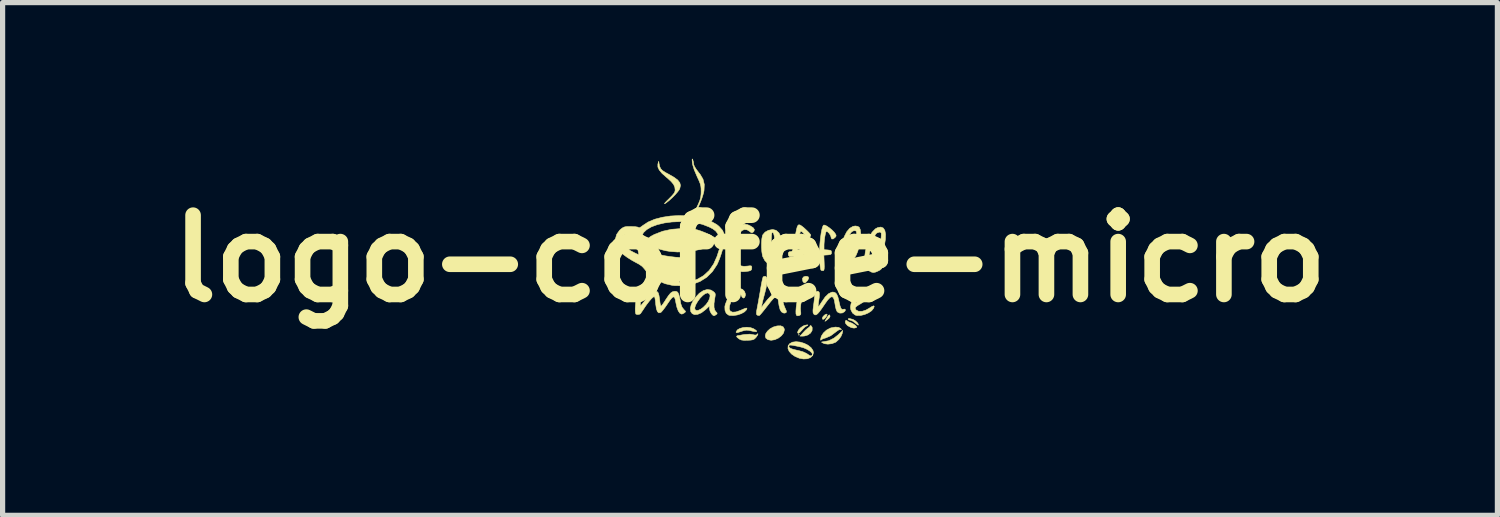
<source format=kicad_pcb>
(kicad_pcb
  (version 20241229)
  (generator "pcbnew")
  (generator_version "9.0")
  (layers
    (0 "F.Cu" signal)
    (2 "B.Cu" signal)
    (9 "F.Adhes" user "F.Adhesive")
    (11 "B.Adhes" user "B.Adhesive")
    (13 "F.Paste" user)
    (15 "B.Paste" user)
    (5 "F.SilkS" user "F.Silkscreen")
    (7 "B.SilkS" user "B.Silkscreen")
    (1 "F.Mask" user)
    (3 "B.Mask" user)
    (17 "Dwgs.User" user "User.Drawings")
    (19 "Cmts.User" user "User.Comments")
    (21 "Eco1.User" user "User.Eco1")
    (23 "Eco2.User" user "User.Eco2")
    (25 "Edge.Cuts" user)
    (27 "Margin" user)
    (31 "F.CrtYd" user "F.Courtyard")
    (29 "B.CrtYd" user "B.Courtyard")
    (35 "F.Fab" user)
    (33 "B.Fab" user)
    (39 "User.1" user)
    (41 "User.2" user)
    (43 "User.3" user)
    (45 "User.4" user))
  (footprint "logo-coffee-micro"
    (layer "F.Cu")
    (at 11.365 1.92)
    (property "Reference" "logo-coffee-micro" (at 0 0 0) (layer "F.SilkS") (effects (font (size 1.524 1.524) (thickness 0.3))))
    (attr exclude_from_pos_files exclude_from_bom allow_missing_courtyard)
    (fp_poly (pts (xy 0.948 1.465) (xy 0.94 1.473) (xy 0.931 1.465) (xy 0.94 1.456) (xy 0.948 1.465)) (stroke (width 0.01) (type solid)) (fill yes) (layer "F.SilkS"))
    (fp_poly (pts (xy 1.532 1.085) (xy 1.538 1.112) (xy 1.518 1.147) (xy 1.477 1.181) (xy 1.44 1.206) (xy 1.478 1.137) (xy 1.506 1.094) (xy 1.527 1.082) (xy 1.532 1.085)) (stroke (width 0.01) (type solid)) (fill yes) (layer "F.SilkS"))
    (fp_poly (pts (xy 1.483 1.074) (xy 1.474 1.099) (xy 1.471 1.105) (xy 1.444 1.143) (xy 1.417 1.165) (xy 1.396 1.166) (xy 1.389 1.146) (xy 1.402 1.116) (xy 1.432 1.085) (xy 1.464 1.068) (xy 1.471 1.067) (xy 1.483 1.074)) (stroke (width 0.01) (type solid)) (fill yes) (layer "F.SilkS"))
    (fp_poly (pts (xy 1.116 0.348) (xy 1.128 0.374) (xy 1.11 0.415) (xy 1.106 0.42) (xy 1.07 0.459) (xy 1.042 0.468) (xy 1.02 0.446) (xy 1.014 0.434) (xy 1.006 0.386) (xy 1.027 0.353) (xy 1.073 0.339) (xy 1.076 0.339) (xy 1.116 0.348)) (stroke (width 0.01) (type solid)) (fill yes) (layer "F.SilkS"))
    (fp_poly (pts (xy 1.112 1.275) (xy 1.105 1.286) (xy 1.088 1.294) (xy 1.058 1.313) (xy 1.02 1.349) (xy 1.001 1.372) (xy 0.958 1.419) (xy 0.929 1.438) (xy 0.916 1.428) (xy 0.914 1.416) (xy 0.929 1.377) (xy 0.965 1.335) (xy 1.013 1.3) (xy 1.043 1.286) (xy 1.084 1.276) (xy 1.109 1.274) (xy 1.112 1.275)) (stroke (width 0.01) (type solid)) (fill yes) (layer "F.SilkS"))
    (fp_poly (pts (xy 1.176 1.293) (xy 1.191 1.317) (xy 1.195 1.328) (xy 1.193 1.382) (xy 1.163 1.431) (xy 1.112 1.468) (xy 1.045 1.488) (xy 1.015 1.49) (xy 0.961 1.49) (xy 1.025 1.418) (xy 1.066 1.375) (xy 1.103 1.343) (xy 1.12 1.331) (xy 1.146 1.312) (xy 1.151 1.301) (xy 1.159 1.286) (xy 1.176 1.293)) (stroke (width 0.01) (type solid)) (fill yes) (layer "F.SilkS"))
    (fp_poly (pts (xy 1.961 1.165) (xy 1.989 1.175) (xy 2.027 1.198) (xy 2.06 1.229) (xy 2.08 1.259) (xy 2.08 1.279) (xy 2.065 1.272) (xy 2.035 1.248) (xy 2.019 1.235) (xy 1.977 1.204) (xy 1.94 1.187) (xy 1.931 1.185) (xy 1.899 1.177) (xy 1.888 1.168) (xy 1.89 1.154) (xy 1.916 1.153) (xy 1.961 1.165)) (stroke (width 0.01) (type solid)) (fill yes) (layer "F.SilkS"))
    (fp_poly (pts (xy 1.772 1.439) (xy 1.748 1.496) (xy 1.705 1.555) (xy 1.653 1.602) (xy 1.64 1.61) (xy 1.572 1.635) (xy 1.497 1.644) (xy 1.433 1.636) (xy 1.425 1.633) (xy 1.384 1.614) (xy 1.375 1.604) (xy 1.395 1.599) (xy 1.41 1.598) (xy 1.516 1.578) (xy 1.614 1.528) (xy 1.69 1.468) (xy 1.783 1.38) (xy 1.772 1.439)) (stroke (width 0.01) (type solid)) (fill yes) (layer "F.SilkS"))
    (fp_poly (pts (xy 1.87 1.2) (xy 1.892 1.215) (xy 1.925 1.227) (xy 1.97 1.246) (xy 2.016 1.277) (xy 2.018 1.278) (xy 2.046 1.305) (xy 2.05 1.321) (xy 2.038 1.328) (xy 1.999 1.336) (xy 1.956 1.328) (xy 1.931 1.319) (xy 1.873 1.287) (xy 1.838 1.247) (xy 1.829 1.217) (xy 1.838 1.19) (xy 1.858 1.188) (xy 1.87 1.2)) (stroke (width 0.01) (type solid)) (fill yes) (layer "F.SilkS"))
    (fp_poly (pts (xy 0.637 1.312) (xy 0.659 1.353) (xy 0.66 1.37) (xy 0.645 1.429) (xy 0.603 1.483) (xy 0.544 1.528) (xy 0.475 1.559) (xy 0.405 1.57) (xy 0.344 1.558) (xy 0.305 1.529) (xy 0.293 1.488) (xy 0.303 1.442) (xy 0.335 1.395) (xy 0.383 1.351) (xy 0.445 1.316) (xy 0.517 1.295) (xy 0.519 1.294) (xy 0.59 1.292) (xy 0.637 1.312)) (stroke (width 0.01) (type solid)) (fill yes) (layer "F.SilkS"))
    (fp_poly (pts (xy 0.007 1.326) (xy 0.067 1.347) (xy 0.07 1.349) (xy 0.116 1.379) (xy 0.13 1.398) (xy 0.113 1.405) (xy 0.065 1.399) (xy 0.034 1.392) (xy -0.025 1.379) (xy -0.07 1.376) (xy -0.114 1.383) (xy -0.17 1.4) (xy -0.226 1.418) (xy -0.256 1.424) (xy -0.267 1.418) (xy -0.267 1.408) (xy -0.244 1.371) (xy -0.197 1.343) (xy -0.133 1.325) (xy -0.063 1.319) (xy 0.007 1.326)) (stroke (width 0.01) (type solid)) (fill yes) (layer "F.SilkS"))
    (fp_poly (pts (xy 1.704 1.322) (xy 1.746 1.348) (xy 1.757 1.365) (xy 1.741 1.363) (xy 1.74 1.362) (xy 1.71 1.367) (xy 1.666 1.396) (xy 1.648 1.41) (xy 1.549 1.484) (xy 1.448 1.527) (xy 1.431 1.531) (xy 1.391 1.546) (xy 1.368 1.563) (xy 1.357 1.569) (xy 1.355 1.553) (xy 1.37 1.492) (xy 1.41 1.43) (xy 1.468 1.376) (xy 1.538 1.338) (xy 1.558 1.331) (xy 1.639 1.316) (xy 1.704 1.322)) (stroke (width 0.01) (type solid)) (fill yes) (layer "F.SilkS"))
    (fp_poly (pts (xy 1.018 0.622) (xy 1.021 0.663) (xy 1.009 0.733) (xy 0.998 0.779) (xy 0.976 0.88) (xy 0.969 0.96) (xy 0.972 1) (xy 0.977 1.051) (xy 0.971 1.078) (xy 0.956 1.09) (xy 0.917 1.1) (xy 0.893 1.091) (xy 0.892 1.089) (xy 0.883 1.061) (xy 0.882 1.008) (xy 0.887 0.939) (xy 0.898 0.861) (xy 0.912 0.782) (xy 0.929 0.711) (xy 0.947 0.655) (xy 0.965 0.623) (xy 0.969 0.62) (xy 1.001 0.608) (xy 1.018 0.622)) (stroke (width 0.01) (type solid)) (fill yes) (layer "F.SilkS"))
    (fp_poly (pts (xy 0.152 1.451) (xy 0.142 1.476) (xy 0.117 1.512) (xy 0.112 1.518) (xy 0.086 1.544) (xy 0.057 1.559) (xy 0.013 1.567) (xy -0.045 1.57) (xy -0.118 1.571) (xy -0.169 1.564) (xy -0.207 1.546) (xy -0.207 1.546) (xy -0.248 1.514) (xy -0.259 1.492) (xy -0.239 1.48) (xy -0.231 1.479) (xy -0.193 1.474) (xy -0.139 1.464) (xy -0.11 1.459) (xy -0.004 1.452) (xy 0.048 1.46) (xy 0.097 1.47) (xy 0.124 1.466) (xy 0.137 1.454) (xy 0.15 1.442) (xy 0.152 1.451)) (stroke (width 0.01) (type solid)) (fill yes) (layer "F.SilkS"))
    (fp_poly (pts (xy -1.193 -0.577) (xy -1.124 -0.573) (xy -1.066 -0.565) (xy -1.007 -0.55) (xy -0.942 -0.529) (xy -0.87 -0.501) (xy -0.796 -0.468) (xy -0.729 -0.433) (xy -0.673 -0.4) (xy -0.637 -0.373) (xy -0.627 -0.357) (xy -0.641 -0.331) (xy -0.679 -0.298) (xy -0.735 -0.262) (xy -0.796 -0.23) (xy -0.922 -0.185) (xy -1.07 -0.152) (xy -1.231 -0.132) (xy -1.394 -0.127) (xy -1.532 -0.137) (xy -1.62 -0.151) (xy -1.712 -0.174) (xy -1.801 -0.201) (xy -1.882 -0.232) (xy -1.949 -0.264) (xy -1.995 -0.294) (xy -2.015 -0.32) (xy -2.015 -0.323) (xy -2.001 -0.351) (xy -1.962 -0.387) (xy -1.907 -0.427) (xy -1.841 -0.463) (xy -1.834 -0.466) (xy -1.678 -0.526) (xy -1.509 -0.563) (xy -1.321 -0.577) (xy -1.284 -0.578) (xy -1.193 -0.577)) (stroke (width 0.01) (type solid)) (fill yes) (layer "F.SilkS"))
    (fp_poly (pts (xy -1.749 -1.829) (xy -1.737 -1.773) (xy -1.718 -1.73) (xy -1.685 -1.694) (xy -1.631 -1.658) (xy -1.557 -1.618) (xy -1.458 -1.561) (xy -1.39 -1.51) (xy -1.35 -1.459) (xy -1.337 -1.407) (xy -1.349 -1.35) (xy -1.361 -1.324) (xy -1.39 -1.284) (xy -1.437 -1.23) (xy -1.494 -1.172) (xy -1.554 -1.117) (xy -1.609 -1.074) (xy -1.628 -1.061) (xy -1.645 -1.054) (xy -1.637 -1.068) (xy -1.604 -1.104) (xy -1.562 -1.145) (xy -1.504 -1.204) (xy -1.467 -1.247) (xy -1.447 -1.279) (xy -1.44 -1.309) (xy -1.439 -1.319) (xy -1.446 -1.375) (xy -1.47 -1.427) (xy -1.515 -1.481) (xy -1.584 -1.545) (xy -1.609 -1.565) (xy -1.692 -1.639) (xy -1.745 -1.703) (xy -1.771 -1.76) (xy -1.771 -1.815) (xy -1.769 -1.823) (xy -1.755 -1.871) (xy -1.749 -1.829)) (stroke (width 0.01) (type solid)) (fill yes) (layer "F.SilkS"))
    (fp_poly (pts (xy -1.102 -1.905) (xy -1.089 -1.86) (xy -1.085 -1.828) (xy -1.08 -1.799) (xy -1.064 -1.764) (xy -1.034 -1.717) (xy -0.986 -1.653) (xy -0.958 -1.618) (xy -0.904 -1.527) (xy -0.879 -1.425) (xy -0.884 -1.31) (xy -0.89 -1.276) (xy -0.905 -1.222) (xy -0.926 -1.156) (xy -0.953 -1.087) (xy -0.981 -1.02) (xy -1.007 -0.965) (xy -1.028 -0.927) (xy -1.041 -0.914) (xy -1.05 -0.921) (xy -1.043 -0.938) (xy -1.026 -0.978) (xy -1.001 -1.032) (xy -0.995 -1.043) (xy -0.965 -1.116) (xy -0.948 -1.177) (xy -0.941 -1.244) (xy -0.94 -1.287) (xy -0.941 -1.346) (xy -0.946 -1.394) (xy -0.958 -1.441) (xy -0.98 -1.496) (xy -1.014 -1.57) (xy -1.021 -1.586) (xy -1.073 -1.708) (xy -1.103 -1.806) (xy -1.11 -1.848) (xy -1.113 -1.898) (xy -1.11 -1.915) (xy -1.102 -1.905)) (stroke (width 0.01) (type solid)) (fill yes) (layer "F.SilkS"))
    (fp_poly (pts (xy -0.144 0.591) (xy -0.107 0.629) (xy -0.089 0.679) (xy -0.088 0.702) (xy -0.102 0.745) (xy -0.125 0.759) (xy -0.151 0.742) (xy -0.166 0.712) (xy -0.187 0.675) (xy -0.212 0.66) (xy -0.245 0.674) (xy -0.286 0.71) (xy -0.327 0.76) (xy -0.36 0.816) (xy -0.362 0.819) (xy -0.393 0.904) (xy -0.399 0.969) (xy -0.379 1.011) (xy -0.335 1.03) (xy -0.269 1.025) (xy -0.182 0.995) (xy -0.172 0.99) (xy -0.11 0.963) (xy -0.073 0.951) (xy -0.059 0.955) (xy -0.064 0.974) (xy -0.068 0.984) (xy -0.107 1.024) (xy -0.168 1.058) (xy -0.243 1.083) (xy -0.32 1.095) (xy -0.389 1.092) (xy -0.416 1.084) (xy -0.458 1.05) (xy -0.481 0.994) (xy -0.484 0.924) (xy -0.476 0.884) (xy -0.446 0.806) (xy -0.399 0.73) (xy -0.341 0.663) (xy -0.28 0.611) (xy -0.22 0.581) (xy -0.189 0.576) (xy -0.144 0.591)) (stroke (width 0.01) (type solid)) (fill yes) (layer "F.SilkS"))
    (fp_poly (pts (xy 0.963 1.605) (xy 1.042 1.629) (xy 1.114 1.665) (xy 1.172 1.711) (xy 1.209 1.764) (xy 1.219 1.808) (xy 1.204 1.862) (xy 1.163 1.902) (xy 1.102 1.925) (xy 1.027 1.929) (xy 0.948 1.915) (xy 0.865 1.88) (xy 0.798 1.834) (xy 0.752 1.782) (xy 0.729 1.728) (xy 0.732 1.682) (xy 0.745 1.682) (xy 0.752 1.705) (xy 0.776 1.724) (xy 0.823 1.742) (xy 0.896 1.76) (xy 0.927 1.766) (xy 1.017 1.791) (xy 1.086 1.823) (xy 1.104 1.835) (xy 1.152 1.867) (xy 1.182 1.87) (xy 1.198 1.847) (xy 1.199 1.843) (xy 1.189 1.813) (xy 1.153 1.779) (xy 1.099 1.745) (xy 1.034 1.716) (xy 0.976 1.699) (xy 0.883 1.679) (xy 0.818 1.666) (xy 0.777 1.662) (xy 0.754 1.665) (xy 0.746 1.676) (xy 0.745 1.682) (xy 0.732 1.682) (xy 0.732 1.677) (xy 0.76 1.636) (xy 0.815 1.606) (xy 0.885 1.597) (xy 0.963 1.605)) (stroke (width 0.01) (type solid)) (fill yes) (layer "F.SilkS"))
    (fp_poly (pts (xy -0.044 -0.651) (xy 0.001 -0.631) (xy 0.059 -0.595) (xy 0.084 -0.559) (xy 0.075 -0.525) (xy 0.059 -0.508) (xy 0.036 -0.496) (xy 0.01 -0.508) (xy -0.006 -0.522) (xy -0.057 -0.553) (xy -0.112 -0.558) (xy -0.159 -0.536) (xy -0.176 -0.517) (xy -0.208 -0.447) (xy -0.233 -0.352) (xy -0.249 -0.239) (xy -0.254 -0.123) (xy -0.25 -0.016) (xy -0.237 0.061) (xy -0.213 0.112) (xy -0.173 0.14) (xy -0.117 0.149) (xy -0.05 0.144) (xy -0.000264 0.138) (xy 0.024 0.141) (xy 0.033 0.155) (xy 0.034 0.175) (xy 0.03 0.207) (xy 0.015 0.227) (xy -0.019 0.239) (xy -0.079 0.248) (xy -0.091 0.249) (xy -0.146 0.252) (xy -0.183 0.246) (xy -0.217 0.225) (xy -0.242 0.204) (xy -0.281 0.165) (xy -0.309 0.122) (xy -0.326 0.069) (xy -0.335 -0.000217) (xy -0.337 -0.091) (xy -0.334 -0.185) (xy -0.325 -0.317) (xy -0.31 -0.421) (xy -0.287 -0.501) (xy -0.255 -0.564) (xy -0.219 -0.608) (xy -0.165 -0.65) (xy -0.109 -0.664) (xy -0.044 -0.651)) (stroke (width 0.01) (type solid)) (fill yes) (layer "F.SilkS"))
    (fp_poly (pts (xy -0.753 0.604) (xy -0.707 0.632) (xy -0.68 0.656) (xy -0.668 0.679) (xy -0.669 0.713) (xy -0.677 0.761) (xy -0.692 0.862) (xy -0.692 0.937) (xy -0.678 0.99) (xy -0.658 1.019) (xy -0.634 1.045) (xy -0.633 1.061) (xy -0.653 1.078) (xy -0.684 1.097) (xy -0.708 1.094) (xy -0.736 1.066) (xy -0.744 1.056) (xy -0.769 1.009) (xy -0.779 0.961) (xy -0.779 0.91) (xy -0.853 0.979) (xy -0.934 1.041) (xy -1.006 1.072) (xy -1.066 1.077) (xy -1.111 1.058) (xy -1.139 1.019) (xy -1.147 0.961) (xy -1.142 0.938) (xy -1.061 0.938) (xy -1.06 0.975) (xy -1.037 0.996) (xy -0.996 0.995) (xy -0.944 0.97) (xy -0.9 0.938) (xy -0.843 0.881) (xy -0.801 0.821) (xy -0.776 0.763) (xy -0.767 0.714) (xy -0.779 0.678) (xy -0.81 0.661) (xy -0.822 0.66) (xy -0.863 0.674) (xy -0.911 0.711) (xy -0.961 0.763) (xy -1.006 0.823) (xy -1.041 0.884) (xy -1.061 0.938) (xy -1.142 0.938) (xy -1.132 0.89) (xy -1.092 0.807) (xy -1.051 0.748) (xy -0.974 0.666) (xy -0.897 0.615) (xy -0.823 0.594) (xy -0.753 0.604)) (stroke (width 0.01) (type solid)) (fill yes) (layer "F.SilkS"))
    (fp_poly (pts (xy 2.271 0.582) (xy 2.31 0.602) (xy 2.332 0.644) (xy 2.323 0.694) (xy 2.285 0.75) (xy 2.219 0.808) (xy 2.127 0.867) (xy 2.065 0.904) (xy 2.03 0.932) (xy 2.021 0.955) (xy 2.032 0.979) (xy 2.041 0.989) (xy 2.089 1.014) (xy 2.153 1.014) (xy 2.227 0.99) (xy 2.287 0.956) (xy 2.343 0.921) (xy 2.376 0.908) (xy 2.387 0.916) (xy 2.378 0.947) (xy 2.374 0.955) (xy 2.337 1.002) (xy 2.276 1.043) (xy 2.202 1.075) (xy 2.125 1.093) (xy 2.055 1.094) (xy 2.021 1.085) (xy 1.97 1.046) (xy 1.938 0.985) (xy 1.93 0.931) (xy 1.942 0.864) (xy 1.953 0.838) (xy 2.032 0.838) (xy 2.044 0.84) (xy 2.074 0.826) (xy 2.115 0.801) (xy 2.158 0.77) (xy 2.195 0.74) (xy 2.212 0.722) (xy 2.239 0.68) (xy 2.241 0.653) (xy 2.22 0.644) (xy 2.183 0.655) (xy 2.134 0.688) (xy 2.096 0.727) (xy 2.061 0.774) (xy 2.037 0.817) (xy 2.032 0.838) (xy 1.953 0.838) (xy 1.974 0.788) (xy 2.018 0.713) (xy 2.069 0.652) (xy 2.085 0.639) (xy 2.148 0.6) (xy 2.213 0.581) (xy 2.271 0.582)) (stroke (width 0.01) (type solid)) (fill yes) (layer "F.SilkS"))
    (fp_poly (pts (xy 0.501 -0.543) (xy 0.555 -0.495) (xy 0.597 -0.415) (xy 0.627 -0.304) (xy 0.635 -0.259) (xy 0.637 -0.191) (xy 0.626 -0.114) (xy 0.605 -0.034) (xy 0.577 0.038) (xy 0.544 0.097) (xy 0.509 0.133) (xy 0.495 0.139) (xy 0.458 0.14) (xy 0.412 0.132) (xy 0.344 0.098) (xy 0.286 0.039) (xy 0.283 0.035) (xy 0.358 0.035) (xy 0.362 0.048) (xy 0.378 0.051) (xy 0.378 0.051) (xy 0.398 0.037) (xy 0.426 0.002) (xy 0.446 -0.031) (xy 0.465 -0.07) (xy 0.478 -0.103) (xy 0.484 -0.141) (xy 0.484 -0.192) (xy 0.481 -0.265) (xy 0.48 -0.289) (xy 0.472 -0.388) (xy 0.461 -0.455) (xy 0.448 -0.493) (xy 0.43 -0.502) (xy 0.422 -0.499) (xy 0.417 -0.479) (xy 0.412 -0.433) (xy 0.409 -0.368) (xy 0.409 -0.309) (xy 0.406 -0.19) (xy 0.396 -0.1) (xy 0.383 -0.051) (xy 0.364 0.004) (xy 0.358 0.035) (xy 0.283 0.035) (xy 0.246 -0.035) (xy 0.239 -0.057) (xy 0.227 -0.13) (xy 0.221 -0.215) (xy 0.221 -0.302) (xy 0.227 -0.381) (xy 0.239 -0.441) (xy 0.247 -0.459) (xy 0.289 -0.508) (xy 0.352 -0.543) (xy 0.426 -0.558) (xy 0.437 -0.559) (xy 0.501 -0.543)) (stroke (width 0.01) (type solid)) (fill yes) (layer "F.SilkS"))
    (fp_poly (pts (xy 1.323 0.639) (xy 1.333 0.658) (xy 1.335 0.692) (xy 1.33 0.749) (xy 1.324 0.79) (xy 1.315 0.852) (xy 1.31 0.9) (xy 1.31 0.925) (xy 1.31 0.926) (xy 1.322 0.917) (xy 1.345 0.884) (xy 1.376 0.836) (xy 1.379 0.832) (xy 1.445 0.737) (xy 1.509 0.675) (xy 1.57 0.646) (xy 1.593 0.643) (xy 1.633 0.652) (xy 1.664 0.681) (xy 1.688 0.734) (xy 1.709 0.817) (xy 1.711 0.83) (xy 1.729 0.907) (xy 1.747 0.955) (xy 1.768 0.976) (xy 1.791 0.974) (xy 1.824 0.971) (xy 1.835 0.989) (xy 1.819 1.018) (xy 1.775 1.045) (xy 1.726 1.048) (xy 1.682 1.027) (xy 1.67 1.012) (xy 1.654 0.974) (xy 1.64 0.917) (xy 1.634 0.877) (xy 1.62 0.797) (xy 1.6 0.748) (xy 1.574 0.732) (xy 1.539 0.747) (xy 1.494 0.794) (xy 1.443 0.865) (xy 1.381 0.956) (xy 1.334 1.02) (xy 1.298 1.061) (xy 1.27 1.08) (xy 1.248 1.082) (xy 1.227 1.068) (xy 1.221 1.06) (xy 1.211 1.035) (xy 1.21 0.989) (xy 1.218 0.921) (xy 1.228 0.848) (xy 1.236 0.776) (xy 1.24 0.73) (xy 1.251 0.673) (xy 1.272 0.637) (xy 1.3 0.626) (xy 1.323 0.639)) (stroke (width 0.01) (type solid)) (fill yes) (layer "F.SilkS"))
    (fp_poly (pts (xy 0.299 0.342) (xy 0.32 0.363) (xy 0.328 0.412) (xy 0.323 0.487) (xy 0.304 0.585) (xy 0.282 0.669) (xy 0.262 0.744) (xy 0.244 0.814) (xy 0.232 0.867) (xy 0.229 0.881) (xy 0.219 0.94) (xy 0.249 0.898) (xy 0.333 0.791) (xy 0.408 0.711) (xy 0.474 0.658) (xy 0.53 0.634) (xy 0.565 0.636) (xy 0.591 0.664) (xy 0.614 0.723) (xy 0.633 0.813) (xy 0.635 0.83) (xy 0.65 0.892) (xy 0.674 0.952) (xy 0.68 0.963) (xy 0.7 1.012) (xy 0.693 1.04) (xy 0.661 1.048) (xy 0.638 1.044) (xy 0.603 1.023) (xy 0.577 0.978) (xy 0.558 0.905) (xy 0.55 0.854) (xy 0.54 0.79) (xy 0.527 0.749) (xy 0.509 0.732) (xy 0.482 0.739) (xy 0.444 0.773) (xy 0.393 0.832) (xy 0.325 0.919) (xy 0.322 0.923) (xy 0.272 0.987) (xy 0.228 1.041) (xy 0.195 1.079) (xy 0.178 1.095) (xy 0.178 1.095) (xy 0.15 1.091) (xy 0.137 1.085) (xy 0.126 1.073) (xy 0.123 1.051) (xy 0.126 1.011) (xy 0.138 0.947) (xy 0.141 0.929) (xy 0.156 0.853) (xy 0.173 0.757) (xy 0.191 0.655) (xy 0.204 0.576) (xy 0.218 0.495) (xy 0.232 0.425) (xy 0.244 0.375) (xy 0.252 0.351) (xy 0.253 0.35) (xy 0.28 0.341) (xy 0.299 0.342)) (stroke (width 0.01) (type solid)) (fill yes) (layer "F.SilkS"))
    (fp_poly (pts (xy 1.438 -0.643) (xy 1.477 -0.624) (xy 1.525 -0.591) (xy 1.574 -0.551) (xy 1.616 -0.509) (xy 1.636 -0.482) (xy 1.654 -0.45) (xy 1.651 -0.427) (xy 1.634 -0.406) (xy 1.598 -0.378) (xy 1.571 -0.377) (xy 1.558 -0.404) (xy 1.558 -0.412) (xy 1.547 -0.445) (xy 1.522 -0.484) (xy 1.492 -0.514) (xy 1.469 -0.525) (xy 1.459 -0.51) (xy 1.447 -0.469) (xy 1.436 -0.413) (xy 1.428 -0.349) (xy 1.423 -0.287) (xy 1.422 -0.263) (xy 1.422 -0.171) (xy 1.494 -0.166) (xy 1.54 -0.16) (xy 1.561 -0.148) (xy 1.566 -0.124) (xy 1.566 -0.119) (xy 1.563 -0.092) (xy 1.545 -0.078) (xy 1.505 -0.072) (xy 1.493 -0.071) (xy 1.419 -0.066) (xy 1.425 0.081) (xy 1.427 0.153) (xy 1.425 0.198) (xy 1.419 0.222) (xy 1.408 0.232) (xy 1.403 0.233) (xy 1.372 0.228) (xy 1.362 0.219) (xy 1.355 0.192) (xy 1.347 0.143) (xy 1.342 0.083) (xy 1.337 0.022) (xy 1.33 -0.012) (xy 1.318 -0.029) (xy 1.296 -0.035) (xy 1.28 -0.037) (xy 1.243 -0.046) (xy 1.229 -0.067) (xy 1.228 -0.085) (xy 1.234 -0.115) (xy 1.259 -0.129) (xy 1.28 -0.132) (xy 1.333 -0.137) (xy 1.343 -0.285) (xy 1.354 -0.395) (xy 1.367 -0.491) (xy 1.383 -0.569) (xy 1.4 -0.622) (xy 1.414 -0.644) (xy 1.438 -0.643)) (stroke (width 0.01) (type solid)) (fill yes) (layer "F.SilkS"))
    (fp_poly (pts (xy 2.56 -0.588) (xy 2.591 -0.542) (xy 2.605 -0.469) (xy 2.602 -0.372) (xy 2.583 -0.25) (xy 2.55 -0.128) (xy 2.506 -0.027) (xy 2.455 0.049) (xy 2.399 0.099) (xy 2.339 0.118) (xy 2.333 0.119) (xy 2.3 0.121) (xy 2.294 0.131) (xy 2.303 0.144) (xy 2.342 0.167) (xy 2.397 0.16) (xy 2.449 0.134) (xy 2.498 0.111) (xy 2.527 0.115) (xy 2.539 0.147) (xy 2.54 0.16) (xy 2.531 0.191) (xy 2.5 0.218) (xy 2.467 0.236) (xy 2.411 0.26) (xy 2.37 0.268) (xy 2.33 0.258) (xy 2.279 0.23) (xy 2.263 0.22) (xy 2.182 0.169) (xy 2.194 0.046) (xy 2.206 -0.055) (xy 2.286 -0.055) (xy 2.299 -0.037) (xy 2.329 -0.035) (xy 2.367 -0.047) (xy 2.4 -0.072) (xy 2.446 -0.138) (xy 2.484 -0.227) (xy 2.51 -0.327) (xy 2.519 -0.394) (xy 2.523 -0.454) (xy 2.522 -0.488) (xy 2.514 -0.504) (xy 2.497 -0.508) (xy 2.483 -0.508) (xy 2.436 -0.492) (xy 2.411 -0.465) (xy 2.396 -0.433) (xy 2.376 -0.378) (xy 2.353 -0.308) (xy 2.33 -0.232) (xy 2.309 -0.16) (xy 2.294 -0.099) (xy 2.286 -0.06) (xy 2.286 -0.055) (xy 2.206 -0.055) (xy 2.217 -0.135) (xy 2.25 -0.288) (xy 2.293 -0.413) (xy 2.346 -0.507) (xy 2.408 -0.571) (xy 2.452 -0.595) (xy 2.514 -0.606) (xy 2.56 -0.588)) (stroke (width 0.01) (type solid)) (fill yes) (layer "F.SilkS"))
    (fp_poly (pts (xy 2.067 -0.62) (xy 2.098 -0.603) (xy 2.098 -0.603) (xy 2.12 -0.553) (xy 2.128 -0.479) (xy 2.123 -0.383) (xy 2.105 -0.272) (xy 2.074 -0.151) (xy 2.069 -0.136) (xy 2.038 -0.062) (xy 1.993 0.006) (xy 1.941 0.06) (xy 1.889 0.094) (xy 1.855 0.102) (xy 1.824 0.104) (xy 1.821 0.116) (xy 1.829 0.127) (xy 1.861 0.149) (xy 1.905 0.146) (xy 1.962 0.117) (xy 2.015 0.094) (xy 2.05 0.097) (xy 2.065 0.125) (xy 2.066 0.135) (xy 2.05 0.172) (xy 2.008 0.204) (xy 1.946 0.225) (xy 1.909 0.231) (xy 1.852 0.23) (xy 1.803 0.211) (xy 1.772 0.191) (xy 1.707 0.145) (xy 1.718 0.009) (xy 1.729 -0.08) (xy 1.812 -0.08) (xy 1.823 -0.056) (xy 1.852 -0.052) (xy 1.89 -0.068) (xy 1.922 -0.095) (xy 1.955 -0.142) (xy 1.986 -0.206) (xy 2.013 -0.28) (xy 2.034 -0.356) (xy 2.047 -0.427) (xy 2.05 -0.485) (xy 2.042 -0.524) (xy 2.034 -0.532) (xy 1.997 -0.537) (xy 1.956 -0.517) (xy 1.924 -0.478) (xy 1.924 -0.477) (xy 1.909 -0.44) (xy 1.889 -0.382) (xy 1.867 -0.31) (xy 1.846 -0.235) (xy 1.828 -0.165) (xy 1.816 -0.11) (xy 1.812 -0.08) (xy 1.729 -0.08) (xy 1.738 -0.156) (xy 1.769 -0.3) (xy 1.81 -0.42) (xy 1.859 -0.515) (xy 1.916 -0.582) (xy 1.978 -0.619) (xy 2.023 -0.627) (xy 2.067 -0.62)) (stroke (width 0.01) (type solid)) (fill yes) (layer "F.SilkS"))
    (fp_poly (pts (xy 0.959 -0.646) (xy 0.97 -0.641) (xy 1.005 -0.617) (xy 1.049 -0.58) (xy 1.095 -0.537) (xy 1.135 -0.496) (xy 1.162 -0.463) (xy 1.168 -0.449) (xy 1.155 -0.421) (xy 1.126 -0.391) (xy 1.094 -0.374) (xy 1.087 -0.373) (xy 1.071 -0.387) (xy 1.067 -0.412) (xy 1.056 -0.445) (xy 1.031 -0.484) (xy 1.001 -0.514) (xy 0.978 -0.525) (xy 0.966 -0.51) (xy 0.951 -0.47) (xy 0.937 -0.414) (xy 0.924 -0.352) (xy 0.916 -0.293) (xy 0.914 -0.256) (xy 0.914 -0.169) (xy 0.991 -0.169) (xy 1.045 -0.165) (xy 1.073 -0.151) (xy 1.079 -0.141) (xy 1.075 -0.11) (xy 1.047 -0.08) (xy 1.006 -0.057) (xy 0.97 -0.051) (xy 0.949 -0.05) (xy 0.937 -0.041) (xy 0.932 -0.02) (xy 0.931 0.023) (xy 0.934 0.088) (xy 0.936 0.158) (xy 0.934 0.201) (xy 0.927 0.224) (xy 0.915 0.233) (xy 0.912 0.233) (xy 0.883 0.231) (xy 0.875 0.224) (xy 0.869 0.201) (xy 0.862 0.154) (xy 0.855 0.092) (xy 0.854 0.083) (xy 0.843 -0.044) (xy 0.795 -0.037) (xy 0.758 -0.039) (xy 0.739 -0.061) (xy 0.737 -0.066) (xy 0.734 -0.109) (xy 0.757 -0.132) (xy 0.784 -0.135) (xy 0.799 -0.138) (xy 0.811 -0.147) (xy 0.821 -0.169) (xy 0.832 -0.209) (xy 0.843 -0.271) (xy 0.858 -0.362) (xy 0.861 -0.376) (xy 0.878 -0.482) (xy 0.893 -0.559) (xy 0.907 -0.61) (xy 0.922 -0.639) (xy 0.938 -0.65) (xy 0.959 -0.646)) (stroke (width 0.01) (type solid)) (fill yes) (layer "F.SilkS"))
    (fp_poly (pts (xy -2.103 0.6) (xy -2.089 0.627) (xy -2.085 0.676) (xy -2.092 0.752) (xy -2.095 0.778) (xy -2.104 0.839) (xy -2.108 0.886) (xy -2.109 0.91) (xy -2.108 0.911) (xy -2.097 0.901) (xy -2.07 0.869) (xy -2.032 0.821) (xy -2.009 0.79) (xy -1.952 0.716) (xy -1.907 0.668) (xy -1.869 0.64) (xy -1.833 0.628) (xy -1.814 0.627) (xy -1.785 0.634) (xy -1.764 0.659) (xy -1.75 0.708) (xy -1.738 0.784) (xy -1.736 0.8) (xy -1.729 0.857) (xy -1.719 0.898) (xy -1.711 0.914) (xy -1.711 0.914) (xy -1.696 0.901) (xy -1.669 0.865) (xy -1.634 0.813) (xy -1.618 0.787) (xy -1.568 0.713) (xy -1.528 0.664) (xy -1.49 0.638) (xy -1.452 0.629) (xy -1.426 0.63) (xy -1.402 0.637) (xy -1.384 0.656) (xy -1.368 0.691) (xy -1.353 0.748) (xy -1.336 0.832) (xy -1.33 0.87) (xy -1.307 0.933) (xy -1.273 0.977) (xy -1.245 1.006) (xy -1.239 1.022) (xy -1.255 1.038) (xy -1.261 1.043) (xy -1.295 1.062) (xy -1.314 1.067) (xy -1.347 1.051) (xy -1.379 1.006) (xy -1.405 0.937) (xy -1.424 0.853) (xy -1.437 0.786) (xy -1.451 0.747) (xy -1.471 0.735) (xy -1.498 0.751) (xy -1.536 0.796) (xy -1.587 0.87) (xy -1.592 0.878) (xy -1.635 0.94) (xy -1.675 0.992) (xy -1.705 1.027) (xy -1.717 1.036) (xy -1.753 1.043) (xy -1.78 1.019) (xy -1.8 0.963) (xy -1.813 0.875) (xy -1.813 0.872) (xy -1.819 0.809) (xy -1.827 0.761) (xy -1.834 0.735) (xy -1.835 0.734) (xy -1.855 0.736) (xy -1.889 0.764) (xy -1.935 0.816) (xy -1.99 0.888) (xy -2.02 0.931) (xy -2.057 0.987) (xy -2.087 1.031) (xy -2.104 1.057) (xy -2.107 1.06) (xy -2.131 1.072) (xy -2.166 1.075) (xy -2.192 1.067) (xy -2.195 1.064) (xy -2.204 1.027) (xy -2.206 0.961) (xy -2.2 0.871) (xy -2.187 0.761) (xy -2.184 0.738) (xy -2.172 0.667) (xy -2.161 0.623) (xy -2.15 0.6) (xy -2.135 0.593) (xy -2.13 0.593) (xy -2.103 0.6)) (stroke (width 0.01) (type solid)) (fill yes) (layer "F.SilkS"))
    (fp_poly (pts (xy -1.198 -0.822) (xy -1.037 -0.801) (xy -0.886 -0.767) (xy -0.752 -0.718) (xy -0.639 -0.654) (xy -0.597 -0.62) (xy -0.53 -0.545) (xy -0.497 -0.472) (xy -0.494 -0.412) (xy -0.505 -0.376) (xy -0.53 -0.364) (xy -0.539 -0.364) (xy -0.569 -0.372) (xy -0.591 -0.402) (xy -0.601 -0.429) (xy -0.627 -0.488) (xy -0.663 -0.533) (xy -0.716 -0.572) (xy -0.786 -0.608) (xy -0.911 -0.657) (xy -1.046 -0.69) (xy -1.199 -0.707) (xy -1.341 -0.711) (xy -1.503 -0.704) (xy -1.651 -0.684) (xy -1.783 -0.652) (xy -1.896 -0.61) (xy -1.985 -0.558) (xy -2.048 -0.499) (xy -2.079 -0.436) (xy -2.101 -0.383) (xy -2.132 -0.362) (xy -2.169 -0.374) (xy -2.19 -0.393) (xy -2.237 -0.428) (xy -2.298 -0.455) (xy -2.36 -0.468) (xy -2.405 -0.465) (xy -2.448 -0.437) (xy -2.465 -0.387) (xy -2.457 -0.321) (xy -2.457 -0.32) (xy -2.428 -0.261) (xy -2.375 -0.206) (xy -2.296 -0.151) (xy -2.231 -0.117) (xy -2.178 -0.091) (xy -2.149 -0.08) (xy -2.138 -0.084) (xy -2.14 -0.096) (xy -2.147 -0.127) (xy -2.157 -0.176) (xy -2.168 -0.233) (xy -2.177 -0.287) (xy -2.183 -0.326) (xy -2.184 -0.338) (xy -2.176 -0.331) (xy -2.157 -0.304) (xy -2.151 -0.296) (xy -2.111 -0.254) (xy -2.045 -0.208) (xy -1.961 -0.162) (xy -1.867 -0.12) (xy -1.769 -0.085) (xy -1.709 -0.069) (xy -1.623 -0.052) (xy -1.522 -0.037) (xy -1.424 -0.026) (xy -1.401 -0.025) (xy -1.324 -0.019) (xy -1.274 -0.012) (xy -1.242 -0.003) (xy -1.221 0.011) (xy -1.203 0.033) (xy -1.2 0.037) (xy -1.166 0.108) (xy -1.155 0.186) (xy -1.17 0.257) (xy -1.174 0.266) (xy -1.21 0.316) (xy -1.265 0.372) (xy -1.329 0.423) (xy -1.348 0.435) (xy -1.364 0.448) (xy -1.356 0.454) (xy -1.319 0.456) (xy -1.309 0.456) (xy -1.155 0.443) (xy -1.016 0.399) (xy -0.892 0.327) (xy -0.785 0.228) (xy -0.699 0.103) (xy -0.633 -0.046) (xy -0.615 -0.104) (xy -0.598 -0.156) (xy -0.576 -0.207) (xy -0.552 -0.251) (xy -0.53 -0.283) (xy -0.514 -0.296) (xy -0.508 -0.284) (xy -0.508 -0.283) (xy -0.514 -0.234) (xy -0.531 -0.164) (xy -0.556 -0.083) (xy -0.585 0.001) (xy -0.616 0.076) (xy -0.635 0.117) (xy -0.724 0.251) (xy -0.833 0.359) (xy -0.962 0.44) (xy -1.109 0.495) (xy -1.272 0.521) (xy -1.449 0.519) (xy -1.499 0.513) (xy -1.63 0.483) (xy -1.758 0.43) (xy -1.874 0.358) (xy -1.971 0.273) (xy -2.032 0.195) (xy -2.074 0.149) (xy -2.136 0.106) (xy -2.155 0.096) (xy -2.262 0.038) (xy -2.361 -0.024) (xy -2.446 -0.087) (xy -2.511 -0.146) (xy -2.548 -0.193) (xy -2.584 -0.284) (xy -2.588 -0.376) (xy -2.563 -0.465) (xy -2.509 -0.542) (xy -2.483 -0.566) (xy -2.448 -0.592) (xy -2.417 -0.607) (xy -2.379 -0.615) (xy -2.324 -0.617) (xy -2.281 -0.616) (xy -2.206 -0.613) (xy -2.156 -0.605) (xy -2.137 -0.595) (xy -2.122 -0.594) (xy -2.09 -0.613) (xy -2.063 -0.634) (xy -1.96 -0.702) (xy -1.833 -0.756) (xy -1.688 -0.794) (xy -1.53 -0.818) (xy -1.364 -0.827) (xy -1.198 -0.822)) (stroke (width 0.01) (type solid)) (fill yes) (layer "F.SilkS")))
  (gr_rect
    (start -3 -3)
    (end 25.729 6.855)
    (stroke (width 0.1) (type default))
    (fill no)
    (layer "Edge.Cuts")))
</source>
